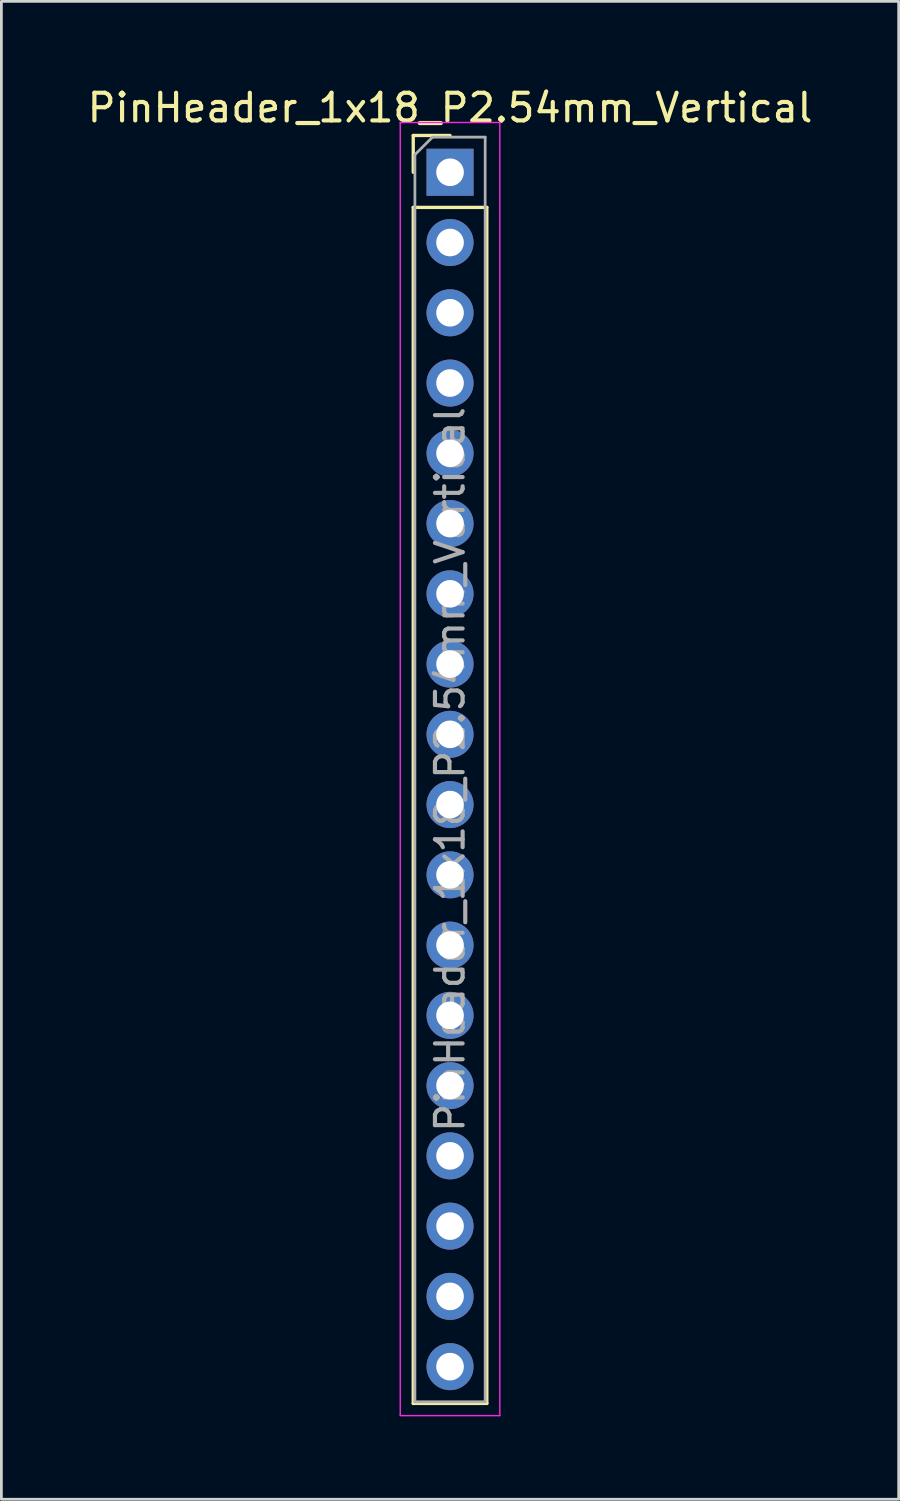
<source format=kicad_pcb>
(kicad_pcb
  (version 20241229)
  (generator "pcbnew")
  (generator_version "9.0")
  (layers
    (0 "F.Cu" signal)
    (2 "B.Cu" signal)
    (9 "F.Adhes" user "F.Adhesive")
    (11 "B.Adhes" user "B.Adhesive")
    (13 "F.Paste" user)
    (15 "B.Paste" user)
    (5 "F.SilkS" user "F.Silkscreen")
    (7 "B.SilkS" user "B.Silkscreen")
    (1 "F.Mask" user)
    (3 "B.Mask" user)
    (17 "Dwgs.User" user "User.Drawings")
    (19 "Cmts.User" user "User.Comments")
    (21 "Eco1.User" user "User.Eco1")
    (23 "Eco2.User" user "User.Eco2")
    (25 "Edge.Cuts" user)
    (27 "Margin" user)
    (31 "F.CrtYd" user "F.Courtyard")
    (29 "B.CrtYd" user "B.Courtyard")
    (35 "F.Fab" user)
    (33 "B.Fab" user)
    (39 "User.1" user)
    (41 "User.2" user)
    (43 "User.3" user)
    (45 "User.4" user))
  (footprint "PinHeader_1x18_P2.54mm_Vertical"
    (layer "F.Cu")
    (at 13.22 3.178)
    (property "Reference" "PinHeader_1x18_P2.54mm_Vertical" (at 0 -2.33 0) (layer "F.SilkS") (effects (font (size 1 1) (thickness 0.15))))
    (attr through_hole)
    (fp_line (start -1.33 -1.33) (end 0 -1.33) (stroke (width 0.12) (type solid)) (layer "F.SilkS"))
    (fp_line (start -1.33 0) (end -1.33 -1.33) (stroke (width 0.12) (type solid)) (layer "F.SilkS"))
    (fp_line (start -1.33 1.27) (end -1.33 44.51) (stroke (width 0.12) (type solid)) (layer "F.SilkS"))
    (fp_line (start -1.33 1.27) (end 1.33 1.27) (stroke (width 0.12) (type solid)) (layer "F.SilkS"))
    (fp_line (start -1.33 44.51) (end 1.33 44.51) (stroke (width 0.12) (type solid)) (layer "F.SilkS"))
    (fp_line (start 1.33 1.27) (end 1.33 44.51) (stroke (width 0.12) (type solid)) (layer "F.SilkS"))
    (fp_line (start -1.8 -1.8) (end -1.8 44.95) (stroke (width 0.05) (type solid)) (layer "F.CrtYd"))
    (fp_line (start -1.8 44.95) (end 1.8 44.95) (stroke (width 0.05) (type solid)) (layer "F.CrtYd"))
    (fp_line (start 1.8 -1.8) (end -1.8 -1.8) (stroke (width 0.05) (type solid)) (layer "F.CrtYd"))
    (fp_line (start 1.8 44.95) (end 1.8 -1.8) (stroke (width 0.05) (type solid)) (layer "F.CrtYd"))
    (fp_line (start -1.27 -0.635) (end -0.635 -1.27) (stroke (width 0.1) (type solid)) (layer "F.Fab"))
    (fp_line (start -1.27 44.45) (end -1.27 -0.635) (stroke (width 0.1) (type solid)) (layer "F.Fab"))
    (fp_line (start -0.635 -1.27) (end 1.27 -1.27) (stroke (width 0.1) (type solid)) (layer "F.Fab"))
    (fp_line (start 1.27 -1.27) (end 1.27 44.45) (stroke (width 0.1) (type solid)) (layer "F.Fab"))
    (fp_line (start 1.27 44.45) (end -1.27 44.45) (stroke (width 0.1) (type solid)) (layer "F.Fab"))
    (fp_text user "${REFERENCE}" (at 0 21.59 90) (layer "F.Fab") (effects (font (size 1 1) (thickness 0.15))))
    (pad "1" thru_hole rect (at 0 0) (size 1.7 1.7) (drill 1) (layers "*.Cu" "*.Mask"))
    (pad "2" thru_hole oval (at 0 2.54) (size 1.7 1.7) (drill 1) (layers "*.Cu" "*.Mask"))
    (pad "3" thru_hole oval (at 0 5.08) (size 1.7 1.7) (drill 1) (layers "*.Cu" "*.Mask"))
    (pad "4" thru_hole oval (at 0 7.62) (size 1.7 1.7) (drill 1) (layers "*.Cu" "*.Mask"))
    (pad "5" thru_hole oval (at 0 10.16) (size 1.7 1.7) (drill 1) (layers "*.Cu" "*.Mask"))
    (pad "6" thru_hole oval (at 0 12.7) (size 1.7 1.7) (drill 1) (layers "*.Cu" "*.Mask"))
    (pad "7" thru_hole oval (at 0 15.24) (size 1.7 1.7) (drill 1) (layers "*.Cu" "*.Mask"))
    (pad "8" thru_hole oval (at 0 17.78) (size 1.7 1.7) (drill 1) (layers "*.Cu" "*.Mask"))
    (pad "9" thru_hole oval (at 0 20.32) (size 1.7 1.7) (drill 1) (layers "*.Cu" "*.Mask"))
    (pad "10" thru_hole oval (at 0 22.86) (size 1.7 1.7) (drill 1) (layers "*.Cu" "*.Mask"))
    (pad "11" thru_hole oval (at 0 25.4) (size 1.7 1.7) (drill 1) (layers "*.Cu" "*.Mask"))
    (pad "12" thru_hole oval (at 0 27.94) (size 1.7 1.7) (drill 1) (layers "*.Cu" "*.Mask"))
    (pad "13" thru_hole oval (at 0 30.48) (size 1.7 1.7) (drill 1) (layers "*.Cu" "*.Mask"))
    (pad "14" thru_hole oval (at 0 33.02) (size 1.7 1.7) (drill 1) (layers "*.Cu" "*.Mask"))
    (pad "15" thru_hole oval (at 0 35.56) (size 1.7 1.7) (drill 1) (layers "*.Cu" "*.Mask"))
    (pad "16" thru_hole oval (at 0 38.1) (size 1.7 1.7) (drill 1) (layers "*.Cu" "*.Mask"))
    (pad "17" thru_hole oval (at 0 40.64) (size 1.7 1.7) (drill 1) (layers "*.Cu" "*.Mask"))
    (pad "18" thru_hole oval (at 0 43.18) (size 1.7 1.7) (drill 1) (layers "*.Cu" "*.Mask")))
  (gr_rect
    (start -3 -3)
    (end 29.44 51.153)
    (stroke (width 0.1) (type default))
    (fill no)
    (layer "Edge.Cuts")))
</source>
